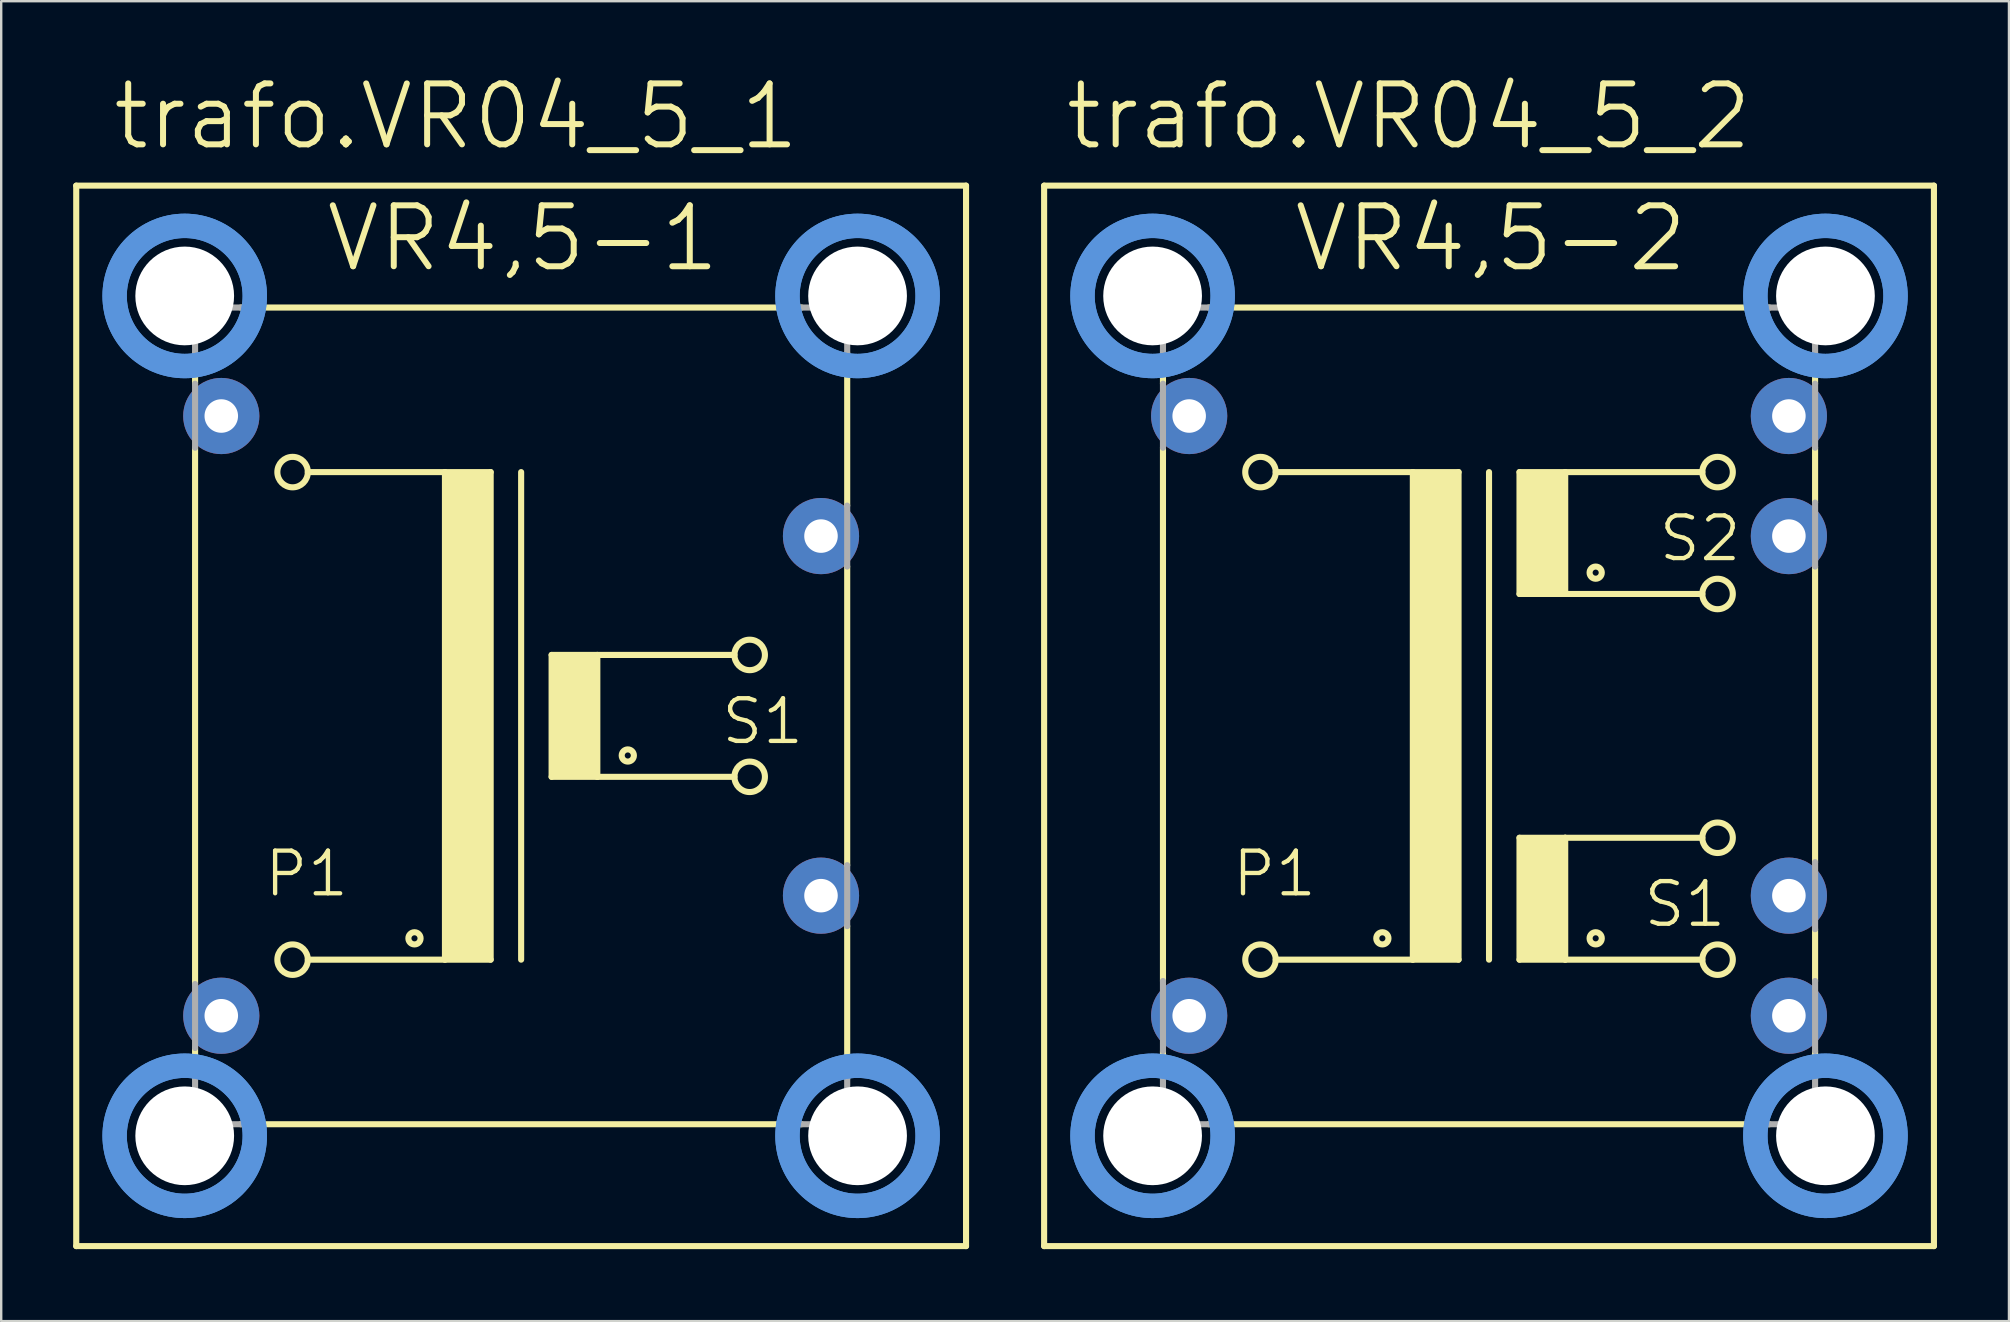
<source format=kicad_pcb>
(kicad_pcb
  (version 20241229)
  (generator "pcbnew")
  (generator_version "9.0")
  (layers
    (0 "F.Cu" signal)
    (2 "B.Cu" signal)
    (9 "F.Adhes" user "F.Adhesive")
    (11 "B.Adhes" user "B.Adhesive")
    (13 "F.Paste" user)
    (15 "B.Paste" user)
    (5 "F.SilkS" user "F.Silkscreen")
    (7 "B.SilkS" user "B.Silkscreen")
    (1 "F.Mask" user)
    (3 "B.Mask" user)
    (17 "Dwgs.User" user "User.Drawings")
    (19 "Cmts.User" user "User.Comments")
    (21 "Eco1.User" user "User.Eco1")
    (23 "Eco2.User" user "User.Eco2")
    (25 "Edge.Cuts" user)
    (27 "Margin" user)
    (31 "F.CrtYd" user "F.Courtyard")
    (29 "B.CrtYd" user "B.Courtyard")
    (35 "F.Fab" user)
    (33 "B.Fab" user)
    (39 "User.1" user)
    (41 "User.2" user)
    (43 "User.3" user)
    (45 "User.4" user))
  (footprint "trafo.VR04_5_1"
    (layer "F.Cu")
    (at 18.669 26.785)
    (property "Reference" "trafo.VR04_5_1" (at -17.145 -23.495 0) (layer "F.SilkS") (effects (font (size 2.54 2.54) (thickness 0.25)) (justify left bottom)))
    (attr through_hole)
    (fp_line (start -18.542 22.098) (end -18.542 -22.098) (stroke (width 0.254) (type default)) (layer "F.SilkS"))
    (fp_line (start -18.542 22.098) (end 18.542 22.098) (stroke (width 0.254) (type default)) (layer "F.SilkS"))
    (fp_line (start -13.589 -15.113) (end -13.589 -13.843) (stroke (width 0.254) (type default)) (layer "F.SilkS"))
    (fp_line (start -13.589 -11.176) (end -13.589 11.176) (stroke (width 0.254) (type default)) (layer "F.SilkS"))
    (fp_line (start -13.589 15.113) (end -13.589 13.843) (stroke (width 0.254) (type default)) (layer "F.SilkS"))
    (fp_line (start -11.684 -17.018) (end 11.684 -17.018) (stroke (width 0.254) (type default)) (layer "F.SilkS"))
    (fp_line (start -8.89 -10.16) (end -3.175 -10.16) (stroke (width 0.254) (type default)) (layer "F.SilkS"))
    (fp_line (start -3.175 -10.16) (end -3.175 10.16) (stroke (width 0.254) (type default)) (layer "F.SilkS"))
    (fp_line (start -3.175 -10.16) (end -1.27 -10.16) (stroke (width 0.254) (type default)) (layer "F.SilkS"))
    (fp_line (start -3.175 10.16) (end -8.89 10.16) (stroke (width 0.254) (type default)) (layer "F.SilkS"))
    (fp_line (start -1.27 -10.16) (end -1.27 10.16) (stroke (width 0.254) (type default)) (layer "F.SilkS"))
    (fp_line (start -1.27 10.16) (end -3.175 10.16) (stroke (width 0.254) (type default)) (layer "F.SilkS"))
    (fp_line (start 0 -10.16) (end 0 10.16) (stroke (width 0.254) (type default)) (layer "F.SilkS"))
    (fp_line (start 1.27 -2.54) (end 1.27 2.54) (stroke (width 0.254) (type default)) (layer "F.SilkS"))
    (fp_line (start 1.27 -2.54) (end 3.175 -2.54) (stroke (width 0.254) (type default)) (layer "F.SilkS"))
    (fp_line (start 1.27 2.54) (end 3.175 2.54) (stroke (width 0.254) (type default)) (layer "F.SilkS"))
    (fp_line (start 3.175 -2.54) (end 8.89 -2.54) (stroke (width 0.254) (type default)) (layer "F.SilkS"))
    (fp_line (start 3.175 2.54) (end 3.175 -2.54) (stroke (width 0.254) (type default)) (layer "F.SilkS"))
    (fp_line (start 3.175 2.54) (end 8.89 2.54) (stroke (width 0.254) (type default)) (layer "F.SilkS"))
    (fp_line (start 11.684 17.018) (end -11.684 17.018) (stroke (width 0.254) (type default)) (layer "F.SilkS"))
    (fp_line (start 13.589 -15.113) (end 13.589 -8.763) (stroke (width 0.254) (type default)) (layer "F.SilkS"))
    (fp_line (start 13.589 6.223) (end 13.589 -6.223) (stroke (width 0.254) (type default)) (layer "F.SilkS"))
    (fp_line (start 13.589 15.113) (end 13.589 8.763) (stroke (width 0.254) (type default)) (layer "F.SilkS"))
    (fp_line (start 18.542 -22.098) (end -18.542 -22.098) (stroke (width 0.254) (type default)) (layer "F.SilkS"))
    (fp_line (start 18.542 -22.098) (end 18.542 22.098) (stroke (width 0.254) (type default)) (layer "F.SilkS"))
    (fp_rect (start -3.175 10.16) (end -1.27 -10.16) (stroke (width 0.05) (type default)) (fill yes) (layer "F.SilkS"))
    (fp_rect (start 1.27 2.54) (end 3.175 -2.54) (stroke (width 0.05) (type default)) (fill yes) (layer "F.SilkS"))
    (fp_circle (center -9.525 -10.16) (end -8.89 -10.16) (stroke (width 0.254) (type default)) (fill no) (layer "F.SilkS"))
    (fp_circle (center -9.525 10.16) (end -8.89 10.16) (stroke (width 0.254) (type default)) (fill no) (layer "F.SilkS"))
    (fp_circle (center -4.445 9.271) (end -4.191 9.271) (stroke (width 0.254) (type default)) (fill no) (layer "F.SilkS"))
    (fp_circle (center 4.445 1.651) (end 4.699 1.651) (stroke (width 0.254) (type default)) (fill no) (layer "F.SilkS"))
    (fp_circle (center 9.525 -2.54) (end 10.16 -2.54) (stroke (width 0.254) (type default)) (fill no) (layer "F.SilkS"))
    (fp_circle (center 9.525 2.54) (end 10.16 2.54) (stroke (width 0.254) (type default)) (fill no) (layer "F.SilkS"))
    (fp_circle (center -14.021 -17.501) (end -11.1 -17.501) (stroke (width 1.016) (type default)) (fill no) (layer "Cmts.User"))
    (fp_circle (center -14.021 -17.501) (end -11.1 -17.501) (stroke (width 1.016) (type default)) (fill no) (layer "Cmts.User"))
    (fp_circle (center -14.021 17.501) (end -11.1 17.501) (stroke (width 1.016) (type default)) (fill no) (layer "Cmts.User"))
    (fp_circle (center -14.021 17.501) (end -11.1 17.501) (stroke (width 1.016) (type default)) (fill no) (layer "Cmts.User"))
    (fp_circle (center 14.021 -17.501) (end 16.942 -17.501) (stroke (width 1.016) (type default)) (fill no) (layer "Cmts.User"))
    (fp_circle (center 14.021 -17.501) (end 16.942 -17.501) (stroke (width 1.016) (type default)) (fill no) (layer "Cmts.User"))
    (fp_circle (center 14.021 17.501) (end 16.942 17.501) (stroke (width 1.016) (type default)) (fill no) (layer "Cmts.User"))
    (fp_circle (center 14.021 17.501) (end 16.942 17.501) (stroke (width 1.016) (type default)) (fill no) (layer "Cmts.User"))
    (fp_line (start -13.589 -17.018) (end -11.684 -17.018) (stroke (width 0.254) (type default)) (layer "F.Fab"))
    (fp_line (start -13.589 -15.113) (end -13.589 -17.018) (stroke (width 0.254) (type default)) (layer "F.Fab"))
    (fp_line (start -13.589 -11.176) (end -13.589 -13.843) (stroke (width 0.254) (type default)) (layer "F.Fab"))
    (fp_line (start -13.589 13.843) (end -13.589 11.176) (stroke (width 0.254) (type default)) (layer "F.Fab"))
    (fp_line (start -13.589 17.018) (end -13.589 15.113) (stroke (width 0.254) (type default)) (layer "F.Fab"))
    (fp_line (start -13.589 17.018) (end -11.684 17.018) (stroke (width 0.254) (type default)) (layer "F.Fab"))
    (fp_line (start 11.684 -17.018) (end 13.589 -17.018) (stroke (width 0.254) (type default)) (layer "F.Fab"))
    (fp_line (start 11.684 17.018) (end 13.589 17.018) (stroke (width 0.254) (type default)) (layer "F.Fab"))
    (fp_line (start 13.589 -15.113) (end 13.589 -17.018) (stroke (width 0.254) (type default)) (layer "F.Fab"))
    (fp_line (start 13.589 -8.763) (end 13.589 -6.223) (stroke (width 0.254) (type default)) (layer "F.Fab"))
    (fp_line (start 13.589 8.763) (end 13.589 6.223) (stroke (width 0.254) (type default)) (layer "F.Fab"))
    (fp_line (start 13.589 17.018) (end 13.589 15.113) (stroke (width 0.254) (type default)) (layer "F.Fab"))
    (fp_text user "P1" (at -10.795 7.62 0) (layer "F.SilkS") (effects (font (size 1.778 1.778) (thickness 0.18)) (justify left bottom)))
    (fp_text user "VR4,5-1" (at -8.255 -18.415 0) (layer "F.SilkS") (effects (font (size 2.54 2.54) (thickness 0.25)) (justify left bottom)))
    (fp_text user "S1" (at 8.255 1.27 0) (layer "F.SilkS") (effects (font (size 1.778 1.778) (thickness 0.18)) (justify left bottom)))
    (pad "" np_thru_hole circle (at -14.021 -17.501) (size 4.115 4.115) (drill 4.115) (layers "*.Cu" "*.Mask"))
    (pad "" np_thru_hole circle (at -14.021 17.501) (size 4.115 4.115) (drill 4.115) (layers "*.Cu" "*.Mask"))
    (pad "" np_thru_hole circle (at 14.021 -17.501) (size 4.115 4.115) (drill 4.115) (layers "*.Cu" "*.Mask"))
    (pad "" np_thru_hole circle (at 14.021 17.501) (size 4.115 4.115) (drill 4.115) (layers "*.Cu" "*.Mask"))
    (pad "1" thru_hole circle (at -12.497 -12.497) (size 3.175 3.175) (drill 1.397) (layers "*.Cu" "*.Mask"))
    (pad "2" thru_hole circle (at -12.497 12.497) (size 3.175 3.175) (drill 1.397) (layers "*.Cu" "*.Mask"))
    (pad "3" thru_hole circle (at 12.497 7.493) (size 3.175 3.175) (drill 1.397) (layers "*.Cu" "*.Mask"))
    (pad "4" thru_hole circle (at 12.497 -7.493) (size 3.175 3.175) (drill 1.397) (layers "*.Cu" "*.Mask")))
  (footprint "trafo.VR04_5_2"
    (layer "F.Cu")
    (at 59.007 26.785)
    (property "Reference" "trafo.VR04_5_2" (at -17.78 -23.495 0) (layer "F.SilkS") (effects (font (size 2.54 2.54) (thickness 0.25)) (justify left bottom)))
    (attr through_hole)
    (fp_line (start -18.542 22.098) (end -18.542 -22.098) (stroke (width 0.254) (type default)) (layer "F.SilkS"))
    (fp_line (start -18.542 22.098) (end 18.542 22.098) (stroke (width 0.254) (type default)) (layer "F.SilkS"))
    (fp_line (start -13.589 -15.113) (end -13.589 -13.843) (stroke (width 0.254) (type default)) (layer "F.SilkS"))
    (fp_line (start -13.589 -11.176) (end -13.589 11.049) (stroke (width 0.254) (type default)) (layer "F.SilkS"))
    (fp_line (start -13.589 15.113) (end -13.589 13.97) (stroke (width 0.254) (type default)) (layer "F.SilkS"))
    (fp_line (start -11.684 -17.018) (end 11.684 -17.018) (stroke (width 0.254) (type default)) (layer "F.SilkS"))
    (fp_line (start -8.89 -10.16) (end -3.175 -10.16) (stroke (width 0.254) (type default)) (layer "F.SilkS"))
    (fp_line (start -3.175 -10.16) (end -3.175 10.16) (stroke (width 0.254) (type default)) (layer "F.SilkS"))
    (fp_line (start -3.175 -10.16) (end -1.27 -10.16) (stroke (width 0.254) (type default)) (layer "F.SilkS"))
    (fp_line (start -3.175 10.16) (end -8.89 10.16) (stroke (width 0.254) (type default)) (layer "F.SilkS"))
    (fp_line (start -1.27 -10.16) (end -1.27 10.16) (stroke (width 0.254) (type default)) (layer "F.SilkS"))
    (fp_line (start -1.27 10.16) (end -3.175 10.16) (stroke (width 0.254) (type default)) (layer "F.SilkS"))
    (fp_line (start 0 -10.16) (end 0 10.16) (stroke (width 0.254) (type default)) (layer "F.SilkS"))
    (fp_line (start 1.27 -10.16) (end 1.27 -5.08) (stroke (width 0.254) (type default)) (layer "F.SilkS"))
    (fp_line (start 1.27 -10.16) (end 3.175 -10.16) (stroke (width 0.254) (type default)) (layer "F.SilkS"))
    (fp_line (start 1.27 -5.08) (end 3.175 -5.08) (stroke (width 0.254) (type default)) (layer "F.SilkS"))
    (fp_line (start 1.27 5.08) (end 1.27 10.16) (stroke (width 0.254) (type default)) (layer "F.SilkS"))
    (fp_line (start 1.27 5.08) (end 3.175 5.08) (stroke (width 0.254) (type default)) (layer "F.SilkS"))
    (fp_line (start 1.27 10.16) (end 3.175 10.16) (stroke (width 0.254) (type default)) (layer "F.SilkS"))
    (fp_line (start 3.175 -10.16) (end 8.89 -10.16) (stroke (width 0.254) (type default)) (layer "F.SilkS"))
    (fp_line (start 3.175 -5.08) (end 3.175 -10.16) (stroke (width 0.254) (type default)) (layer "F.SilkS"))
    (fp_line (start 3.175 -5.08) (end 8.89 -5.08) (stroke (width 0.254) (type default)) (layer "F.SilkS"))
    (fp_line (start 3.175 5.08) (end 8.89 5.08) (stroke (width 0.254) (type default)) (layer "F.SilkS"))
    (fp_line (start 3.175 10.16) (end 3.175 5.08) (stroke (width 0.254) (type default)) (layer "F.SilkS"))
    (fp_line (start 3.175 10.16) (end 8.89 10.16) (stroke (width 0.254) (type default)) (layer "F.SilkS"))
    (fp_line (start 11.684 17.018) (end -11.684 17.018) (stroke (width 0.254) (type default)) (layer "F.SilkS"))
    (fp_line (start 13.589 -15.113) (end 13.589 -13.843) (stroke (width 0.254) (type default)) (layer "F.SilkS"))
    (fp_line (start 13.589 -11.176) (end 13.589 -8.89) (stroke (width 0.254) (type default)) (layer "F.SilkS"))
    (fp_line (start 13.589 6.096) (end 13.589 -6.223) (stroke (width 0.254) (type default)) (layer "F.SilkS"))
    (fp_line (start 13.589 8.89) (end 13.589 11.049) (stroke (width 0.254) (type default)) (layer "F.SilkS"))
    (fp_line (start 13.589 13.97) (end 13.589 15.113) (stroke (width 0.254) (type default)) (layer "F.SilkS"))
    (fp_line (start 18.542 -22.098) (end -18.542 -22.098) (stroke (width 0.254) (type default)) (layer "F.SilkS"))
    (fp_line (start 18.542 -22.098) (end 18.542 22.098) (stroke (width 0.254) (type default)) (layer "F.SilkS"))
    (fp_rect (start -3.175 10.16) (end -1.27 -10.16) (stroke (width 0.05) (type default)) (fill yes) (layer "F.SilkS"))
    (fp_rect (start 1.27 -5.08) (end 3.175 -10.16) (stroke (width 0.05) (type default)) (fill yes) (layer "F.SilkS"))
    (fp_rect (start 1.27 10.16) (end 3.175 5.08) (stroke (width 0.05) (type default)) (fill yes) (layer "F.SilkS"))
    (fp_circle (center -9.525 -10.16) (end -8.89 -10.16) (stroke (width 0.254) (type default)) (fill no) (layer "F.SilkS"))
    (fp_circle (center -9.525 10.16) (end -8.89 10.16) (stroke (width 0.254) (type default)) (fill no) (layer "F.SilkS"))
    (fp_circle (center -4.445 9.271) (end -4.191 9.271) (stroke (width 0.254) (type default)) (fill no) (layer "F.SilkS"))
    (fp_circle (center 4.445 -5.969) (end 4.699 -5.969) (stroke (width 0.254) (type default)) (fill no) (layer "F.SilkS"))
    (fp_circle (center 4.445 9.271) (end 4.699 9.271) (stroke (width 0.254) (type default)) (fill no) (layer "F.SilkS"))
    (fp_circle (center 9.525 -10.16) (end 10.16 -10.16) (stroke (width 0.254) (type default)) (fill no) (layer "F.SilkS"))
    (fp_circle (center 9.525 -5.08) (end 10.16 -5.08) (stroke (width 0.254) (type default)) (fill no) (layer "F.SilkS"))
    (fp_circle (center 9.525 5.08) (end 10.16 5.08) (stroke (width 0.254) (type default)) (fill no) (layer "F.SilkS"))
    (fp_circle (center 9.525 10.16) (end 10.16 10.16) (stroke (width 0.254) (type default)) (fill no) (layer "F.SilkS"))
    (fp_circle (center -14.021 -17.501) (end -11.1 -17.501) (stroke (width 1.016) (type default)) (fill no) (layer "Cmts.User"))
    (fp_circle (center -14.021 -17.501) (end -11.1 -17.501) (stroke (width 1.016) (type default)) (fill no) (layer "Cmts.User"))
    (fp_circle (center -14.021 17.501) (end -11.1 17.501) (stroke (width 1.016) (type default)) (fill no) (layer "Cmts.User"))
    (fp_circle (center -14.021 17.501) (end -11.1 17.501) (stroke (width 1.016) (type default)) (fill no) (layer "Cmts.User"))
    (fp_circle (center 14.021 -17.501) (end 16.942 -17.501) (stroke (width 1.016) (type default)) (fill no) (layer "Cmts.User"))
    (fp_circle (center 14.021 -17.501) (end 16.942 -17.501) (stroke (width 1.016) (type default)) (fill no) (layer "Cmts.User"))
    (fp_circle (center 14.021 17.501) (end 16.942 17.501) (stroke (width 1.016) (type default)) (fill no) (layer "Cmts.User"))
    (fp_circle (center 14.021 17.501) (end 16.942 17.501) (stroke (width 1.016) (type default)) (fill no) (layer "Cmts.User"))
    (fp_line (start -13.589 -17.018) (end -11.684 -17.018) (stroke (width 0.254) (type default)) (layer "F.Fab"))
    (fp_line (start -13.589 -15.113) (end -13.589 -17.018) (stroke (width 0.254) (type default)) (layer "F.Fab"))
    (fp_line (start -13.589 -11.176) (end -13.589 -13.843) (stroke (width 0.254) (type default)) (layer "F.Fab"))
    (fp_line (start -13.589 13.97) (end -13.589 11.049) (stroke (width 0.254) (type default)) (layer "F.Fab"))
    (fp_line (start -13.589 17.018) (end -13.589 15.113) (stroke (width 0.254) (type default)) (layer "F.Fab"))
    (fp_line (start -13.589 17.018) (end -11.684 17.018) (stroke (width 0.254) (type default)) (layer "F.Fab"))
    (fp_line (start 11.684 -17.018) (end 13.589 -17.018) (stroke (width 0.254) (type default)) (layer "F.Fab"))
    (fp_line (start 11.684 17.018) (end 13.589 17.018) (stroke (width 0.254) (type default)) (layer "F.Fab"))
    (fp_line (start 13.589 -15.113) (end 13.589 -17.018) (stroke (width 0.254) (type default)) (layer "F.Fab"))
    (fp_line (start 13.589 -11.176) (end 13.589 -13.843) (stroke (width 0.254) (type default)) (layer "F.Fab"))
    (fp_line (start 13.589 -6.223) (end 13.589 -8.89) (stroke (width 0.254) (type default)) (layer "F.Fab"))
    (fp_line (start 13.589 6.096) (end 13.589 8.89) (stroke (width 0.254) (type default)) (layer "F.Fab"))
    (fp_line (start 13.589 13.97) (end 13.589 11.049) (stroke (width 0.254) (type default)) (layer "F.Fab"))
    (fp_line (start 13.589 17.018) (end 13.589 15.113) (stroke (width 0.254) (type default)) (layer "F.Fab"))
    (fp_text user "S1" (at 6.35 8.89 0) (layer "F.SilkS") (effects (font (size 1.778 1.778) (thickness 0.18)) (justify left bottom)))
    (fp_text user "S2" (at 6.985 -6.35 0) (layer "F.SilkS") (effects (font (size 1.778 1.778) (thickness 0.18)) (justify left bottom)))
    (fp_text user "VR4,5-2" (at -8.255 -18.415 0) (layer "F.SilkS") (effects (font (size 2.54 2.54) (thickness 0.25)) (justify left bottom)))
    (fp_text user "P1" (at -10.795 7.62 0) (layer "F.SilkS") (effects (font (size 1.778 1.778) (thickness 0.18)) (justify left bottom)))
    (pad "" np_thru_hole circle (at -14.021 -17.501) (size 4.115 4.115) (drill 4.115) (layers "*.Cu" "*.Mask"))
    (pad "" np_thru_hole circle (at -14.021 17.501) (size 4.115 4.115) (drill 4.115) (layers "*.Cu" "*.Mask"))
    (pad "" np_thru_hole circle (at 14.021 -17.501) (size 4.115 4.115) (drill 4.115) (layers "*.Cu" "*.Mask"))
    (pad "" np_thru_hole circle (at 14.021 17.501) (size 4.115 4.115) (drill 4.115) (layers "*.Cu" "*.Mask"))
    (pad "1" thru_hole circle (at -12.497 -12.497) (size 3.175 3.175) (drill 1.397) (layers "*.Cu" "*.Mask"))
    (pad "2" thru_hole circle (at -12.497 12.497) (size 3.175 3.175) (drill 1.397) (layers "*.Cu" "*.Mask"))
    (pad "3" thru_hole circle (at 12.497 12.497) (size 3.175 3.175) (drill 1.397) (layers "*.Cu" "*.Mask"))
    (pad "4" thru_hole circle (at 12.497 7.493) (size 3.175 3.175) (drill 1.397) (layers "*.Cu" "*.Mask"))
    (pad "5" thru_hole circle (at 12.497 -7.493) (size 3.175 3.175) (drill 1.397) (layers "*.Cu" "*.Mask"))
    (pad "6" thru_hole circle (at 12.497 -12.497) (size 3.175 3.175) (drill 1.397) (layers "*.Cu" "*.Mask")))
  (gr_rect
    (start -3 -3)
    (end 80.676 52.01)
    (stroke (width 0.1) (type default))
    (fill no)
    (layer "Edge.Cuts")))
</source>
